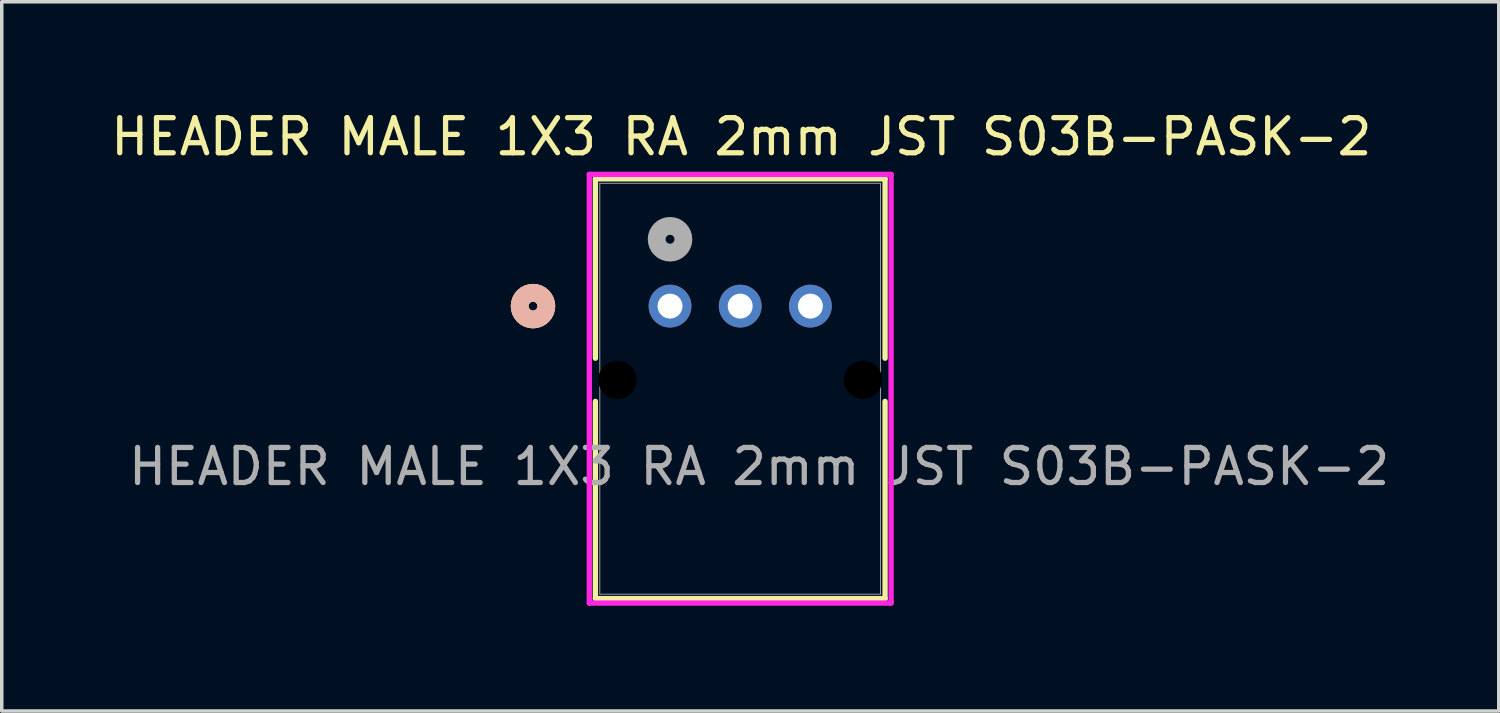
<source format=kicad_pcb>
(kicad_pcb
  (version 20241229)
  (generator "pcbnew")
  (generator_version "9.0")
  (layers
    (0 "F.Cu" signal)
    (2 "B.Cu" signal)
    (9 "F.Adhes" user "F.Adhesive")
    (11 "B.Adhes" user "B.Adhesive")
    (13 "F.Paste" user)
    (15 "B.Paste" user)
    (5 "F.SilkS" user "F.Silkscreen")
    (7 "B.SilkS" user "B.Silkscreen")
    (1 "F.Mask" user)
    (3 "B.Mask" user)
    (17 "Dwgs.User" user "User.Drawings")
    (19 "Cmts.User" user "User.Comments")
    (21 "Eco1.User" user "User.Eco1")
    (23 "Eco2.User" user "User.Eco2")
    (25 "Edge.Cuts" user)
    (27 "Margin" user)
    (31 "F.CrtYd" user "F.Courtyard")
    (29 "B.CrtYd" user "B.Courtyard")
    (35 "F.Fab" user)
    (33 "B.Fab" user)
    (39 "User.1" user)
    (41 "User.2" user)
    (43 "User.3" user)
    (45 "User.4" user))
  (footprint "HEADER MALE 1X3 RA 2mm JST S03B-PASK-2"
    (layer "F.Cu")
    (at 16.045 5.674)
    (property "Reference" "HEADER MALE 1X3 RA 2mm JST S03B-PASK-2" (at 2.032 -4.826 0) (unlocked yes) (layer "F.SilkS") (effects (font (size 1 1) (thickness 0.15))))
    (attr through_hole)
    (fp_line (start -2.127 -3.627) (end -2.127 1.485) (stroke (width 0.152) (type solid)) (layer "F.SilkS"))
    (fp_line (start -2.127 2.715) (end -2.127 8.336) (stroke (width 0.152) (type solid)) (layer "F.SilkS"))
    (fp_line (start -2.127 8.336) (end 6.128 8.336) (stroke (width 0.152) (type solid)) (layer "F.SilkS"))
    (fp_line (start 6.128 -3.627) (end -2.127 -3.627) (stroke (width 0.152) (type solid)) (layer "F.SilkS"))
    (fp_line (start 6.128 1.485) (end 6.128 -3.627) (stroke (width 0.152) (type solid)) (layer "F.SilkS"))
    (fp_line (start 6.128 8.336) (end 6.128 2.715) (stroke (width 0.152) (type solid)) (layer "F.SilkS"))
    (fp_circle (center -3.905 0) (end -3.525 0) (stroke (width 0.508) (type solid)) (fill no) (layer "F.SilkS"))
    (fp_circle (center -3.905 0) (end -3.525 0) (stroke (width 0.508) (type solid)) (fill no) (layer "B.SilkS"))
    (fp_line (start -2.3 -3.754) (end -2.3 8.463) (stroke (width 0.152) (type solid)) (layer "F.CrtYd"))
    (fp_line (start -2.3 8.463) (end 6.3 8.463) (stroke (width 0.152) (type solid)) (layer "F.CrtYd"))
    (fp_line (start 6.3 -3.754) (end -2.3 -3.754) (stroke (width 0.152) (type solid)) (layer "F.CrtYd"))
    (fp_line (start 6.3 8.463) (end 6.3 -3.754) (stroke (width 0.152) (type solid)) (layer "F.CrtYd"))
    (fp_line (start -2.001 -3.5) (end -2.001 8.209) (stroke (width 0.025) (type solid)) (layer "F.Fab"))
    (fp_line (start -2.001 8.209) (end 6 8.209) (stroke (width 0.025) (type solid)) (layer "F.Fab"))
    (fp_line (start 6 -3.5) (end -2.001 -3.5) (stroke (width 0.025) (type solid)) (layer "F.Fab"))
    (fp_line (start 6 8.209) (end 6 -3.5) (stroke (width 0.025) (type solid)) (layer "F.Fab"))
    (fp_circle (center 0 -1.905) (end 0.381 -1.905) (stroke (width 0.508) (type solid)) (fill no) (layer "F.Fab"))
    (fp_text user "${REFERENCE}" (at 2.54 4.572 0) (unlocked yes) (layer "F.Fab") (effects (font (size 1 1) (thickness 0.15))))
    (pad "" np_thru_hole circle (at -1.5 2.1) (size 1.092 1.092) (drill 1.092) (layers))
    (pad "" np_thru_hole circle (at 5.5 2.1) (size 1.092 1.092) (drill 1.092) (layers))
    (pad "1" thru_hole circle (at 0 0) (size 1.219 1.219) (drill 0.711) (layers "*.Cu" "*.Mask"))
    (pad "2" thru_hole circle (at 2 0) (size 1.219 1.219) (drill 0.711) (layers "*.Cu" "*.Mask"))
    (pad "3" thru_hole circle (at 4 0) (size 1.219 1.219) (drill 0.711) (layers "*.Cu" "*.Mask")))
  (gr_rect
    (start -3 -3)
    (end 39.663 17.214)
    (stroke (width 0.1) (type default))
    (fill no)
    (layer "Edge.Cuts")))
</source>
